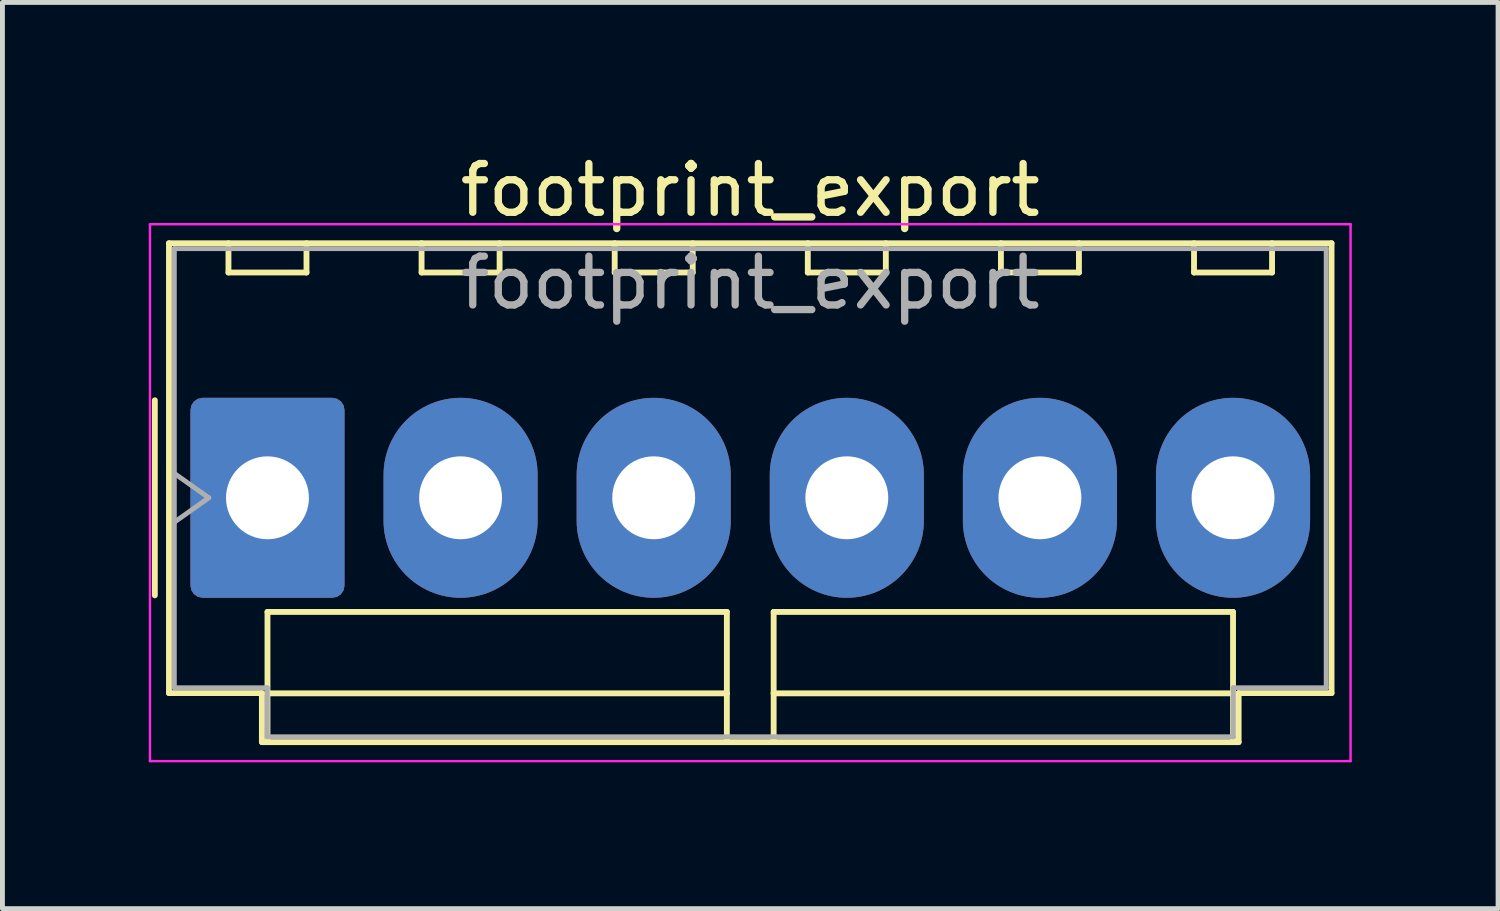
<source format=kicad_pcb>
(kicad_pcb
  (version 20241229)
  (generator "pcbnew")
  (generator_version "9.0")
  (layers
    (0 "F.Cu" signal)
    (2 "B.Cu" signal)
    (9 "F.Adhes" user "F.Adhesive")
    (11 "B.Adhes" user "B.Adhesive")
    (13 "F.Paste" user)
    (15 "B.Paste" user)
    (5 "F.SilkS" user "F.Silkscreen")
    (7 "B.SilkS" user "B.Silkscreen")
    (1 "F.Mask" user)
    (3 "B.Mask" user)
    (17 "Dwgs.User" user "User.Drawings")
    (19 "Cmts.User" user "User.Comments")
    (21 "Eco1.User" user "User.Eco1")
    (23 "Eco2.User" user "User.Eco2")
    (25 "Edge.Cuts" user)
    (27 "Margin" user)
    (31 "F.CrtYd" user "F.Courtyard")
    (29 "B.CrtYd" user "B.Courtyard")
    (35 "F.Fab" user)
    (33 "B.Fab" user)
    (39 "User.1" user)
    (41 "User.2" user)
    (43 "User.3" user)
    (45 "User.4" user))
  (footprint "footprint_export"
    (layer "F.Cu")
    (at 2.435 7.158)
    (property "Reference" "footprint_export" (at 9.9 -6.31 0) (layer "F.SilkS") (effects (font (size 1 1) (thickness 0.15))))
    (attr through_hole)
    (fp_line (start -2.31 -2) (end -2.31 2) (stroke (width 0.12) (type solid)) (layer "F.SilkS"))
    (fp_line (start -2.02 -5.22) (end 21.82 -5.22) (stroke (width 0.12) (type solid)) (layer "F.SilkS"))
    (fp_line (start -2.02 4.005) (end -2.02 -5.22) (stroke (width 0.12) (type solid)) (layer "F.SilkS"))
    (fp_line (start -0.8 -5.22) (end -0.8 -4.62) (stroke (width 0.12) (type solid)) (layer "F.SilkS"))
    (fp_line (start -0.8 -4.62) (end 0.8 -4.62) (stroke (width 0.12) (type solid)) (layer "F.SilkS"))
    (fp_line (start -0.115 4.005) (end -2.02 4.005) (stroke (width 0.12) (type solid)) (layer "F.SilkS"))
    (fp_line (start -0.115 5.01) (end -0.115 4.005) (stroke (width 0.12) (type solid)) (layer "F.SilkS"))
    (fp_line (start 0 2.34) (end 9.42 2.34) (stroke (width 0.12) (type solid)) (layer "F.SilkS"))
    (fp_line (start 0 4.01) (end 0 2.34) (stroke (width 0.12) (type solid)) (layer "F.SilkS"))
    (fp_line (start 0 4.01) (end 9.42 4.01) (stroke (width 0.12) (type solid)) (layer "F.SilkS"))
    (fp_line (start 0 5.01) (end 0 4.01) (stroke (width 0.12) (type solid)) (layer "F.SilkS"))
    (fp_line (start 0.8 -4.62) (end 0.8 -5.22) (stroke (width 0.12) (type solid)) (layer "F.SilkS"))
    (fp_line (start 3.16 -5.22) (end 3.16 -4.62) (stroke (width 0.12) (type solid)) (layer "F.SilkS"))
    (fp_line (start 3.16 -4.62) (end 4.76 -4.62) (stroke (width 0.12) (type solid)) (layer "F.SilkS"))
    (fp_line (start 4.76 -4.62) (end 4.76 -5.22) (stroke (width 0.12) (type solid)) (layer "F.SilkS"))
    (fp_line (start 7.12 -5.22) (end 7.12 -4.62) (stroke (width 0.12) (type solid)) (layer "F.SilkS"))
    (fp_line (start 7.12 -4.62) (end 8.72 -4.62) (stroke (width 0.12) (type solid)) (layer "F.SilkS"))
    (fp_line (start 8.72 -4.62) (end 8.72 -5.22) (stroke (width 0.12) (type solid)) (layer "F.SilkS"))
    (fp_line (start 9.42 2.34) (end 9.42 4.01) (stroke (width 0.12) (type solid)) (layer "F.SilkS"))
    (fp_line (start 9.42 4.01) (end 9.42 5.01) (stroke (width 0.12) (type solid)) (layer "F.SilkS"))
    (fp_line (start 10.38 2.34) (end 19.8 2.34) (stroke (width 0.12) (type solid)) (layer "F.SilkS"))
    (fp_line (start 10.38 4.01) (end 10.38 2.34) (stroke (width 0.12) (type solid)) (layer "F.SilkS"))
    (fp_line (start 10.38 4.01) (end 19.8 4.01) (stroke (width 0.12) (type solid)) (layer "F.SilkS"))
    (fp_line (start 10.38 5.01) (end 10.38 4.01) (stroke (width 0.12) (type solid)) (layer "F.SilkS"))
    (fp_line (start 11.08 -5.22) (end 11.08 -4.62) (stroke (width 0.12) (type solid)) (layer "F.SilkS"))
    (fp_line (start 11.08 -4.62) (end 12.68 -4.62) (stroke (width 0.12) (type solid)) (layer "F.SilkS"))
    (fp_line (start 12.68 -4.62) (end 12.68 -5.22) (stroke (width 0.12) (type solid)) (layer "F.SilkS"))
    (fp_line (start 15.04 -5.22) (end 15.04 -4.62) (stroke (width 0.12) (type solid)) (layer "F.SilkS"))
    (fp_line (start 15.04 -4.62) (end 16.64 -4.62) (stroke (width 0.12) (type solid)) (layer "F.SilkS"))
    (fp_line (start 16.64 -4.62) (end 16.64 -5.22) (stroke (width 0.12) (type solid)) (layer "F.SilkS"))
    (fp_line (start 19 -5.22) (end 19 -4.62) (stroke (width 0.12) (type solid)) (layer "F.SilkS"))
    (fp_line (start 19 -4.62) (end 20.6 -4.62) (stroke (width 0.12) (type solid)) (layer "F.SilkS"))
    (fp_line (start 19.8 2.34) (end 19.8 4.01) (stroke (width 0.12) (type solid)) (layer "F.SilkS"))
    (fp_line (start 19.8 4.01) (end 19.8 5.01) (stroke (width 0.12) (type solid)) (layer "F.SilkS"))
    (fp_line (start 19.915 4.005) (end 19.915 5.01) (stroke (width 0.12) (type solid)) (layer "F.SilkS"))
    (fp_line (start 19.915 5.01) (end -0.115 5.01) (stroke (width 0.12) (type solid)) (layer "F.SilkS"))
    (fp_line (start 20.6 -4.62) (end 20.6 -5.22) (stroke (width 0.12) (type solid)) (layer "F.SilkS"))
    (fp_line (start 21.82 -5.22) (end 21.82 4.005) (stroke (width 0.12) (type solid)) (layer "F.SilkS"))
    (fp_line (start 21.82 4.005) (end 19.915 4.005) (stroke (width 0.12) (type solid)) (layer "F.SilkS"))
    (fp_line (start -2.41 -5.61) (end -2.41 5.4) (stroke (width 0.05) (type solid)) (layer "F.CrtYd"))
    (fp_line (start -2.41 5.4) (end 22.21 5.4) (stroke (width 0.05) (type solid)) (layer "F.CrtYd"))
    (fp_line (start 22.21 -5.61) (end -2.41 -5.61) (stroke (width 0.05) (type solid)) (layer "F.CrtYd"))
    (fp_line (start 22.21 5.4) (end 22.21 -5.61) (stroke (width 0.05) (type solid)) (layer "F.CrtYd"))
    (fp_line (start -1.91 -5.11) (end 21.71 -5.11) (stroke (width 0.1) (type solid)) (layer "F.Fab"))
    (fp_line (start -1.91 -0.5) (end -1.203 0) (stroke (width 0.1) (type solid)) (layer "F.Fab"))
    (fp_line (start -1.91 3.895) (end -1.91 -5.11) (stroke (width 0.1) (type solid)) (layer "F.Fab"))
    (fp_line (start -1.203 0) (end -1.91 0.5) (stroke (width 0.1) (type solid)) (layer "F.Fab"))
    (fp_line (start -0.005 3.895) (end -1.91 3.895) (stroke (width 0.1) (type solid)) (layer "F.Fab"))
    (fp_line (start -0.005 4.9) (end -0.005 3.895) (stroke (width 0.1) (type solid)) (layer "F.Fab"))
    (fp_line (start 19.805 3.895) (end 19.805 4.9) (stroke (width 0.1) (type solid)) (layer "F.Fab"))
    (fp_line (start 19.805 4.9) (end -0.005 4.9) (stroke (width 0.1) (type solid)) (layer "F.Fab"))
    (fp_line (start 21.71 -5.11) (end 21.71 3.895) (stroke (width 0.1) (type solid)) (layer "F.Fab"))
    (fp_line (start 21.71 3.895) (end 19.805 3.895) (stroke (width 0.1) (type solid)) (layer "F.Fab"))
    (fp_text user "${REFERENCE}" (at 9.9 -4.41 0) (layer "F.Fab") (effects (font (size 1 1) (thickness 0.15))))
    (pad "1" thru_hole roundrect (at 0 0) (size 3.16 4.1) (drill 1.7) (layers "*.Cu" "*.Mask") (roundrect_rratio 0.079))
    (pad "2" thru_hole oval (at 3.96 0) (size 3.16 4.1) (drill 1.7) (layers "*.Cu" "*.Mask"))
    (pad "3" thru_hole oval (at 7.92 0) (size 3.16 4.1) (drill 1.7) (layers "*.Cu" "*.Mask"))
    (pad "4" thru_hole oval (at 11.88 0) (size 3.16 4.1) (drill 1.7) (layers "*.Cu" "*.Mask"))
    (pad "5" thru_hole oval (at 15.84 0) (size 3.16 4.1) (drill 1.7) (layers "*.Cu" "*.Mask"))
    (pad "6" thru_hole oval (at 19.8 0) (size 3.16 4.1) (drill 1.7) (layers "*.Cu" "*.Mask")))
  (gr_rect
    (start -3 -3)
    (end 27.67 15.583)
    (stroke (width 0.1) (type default))
    (fill no)
    (layer "Edge.Cuts")))
</source>
